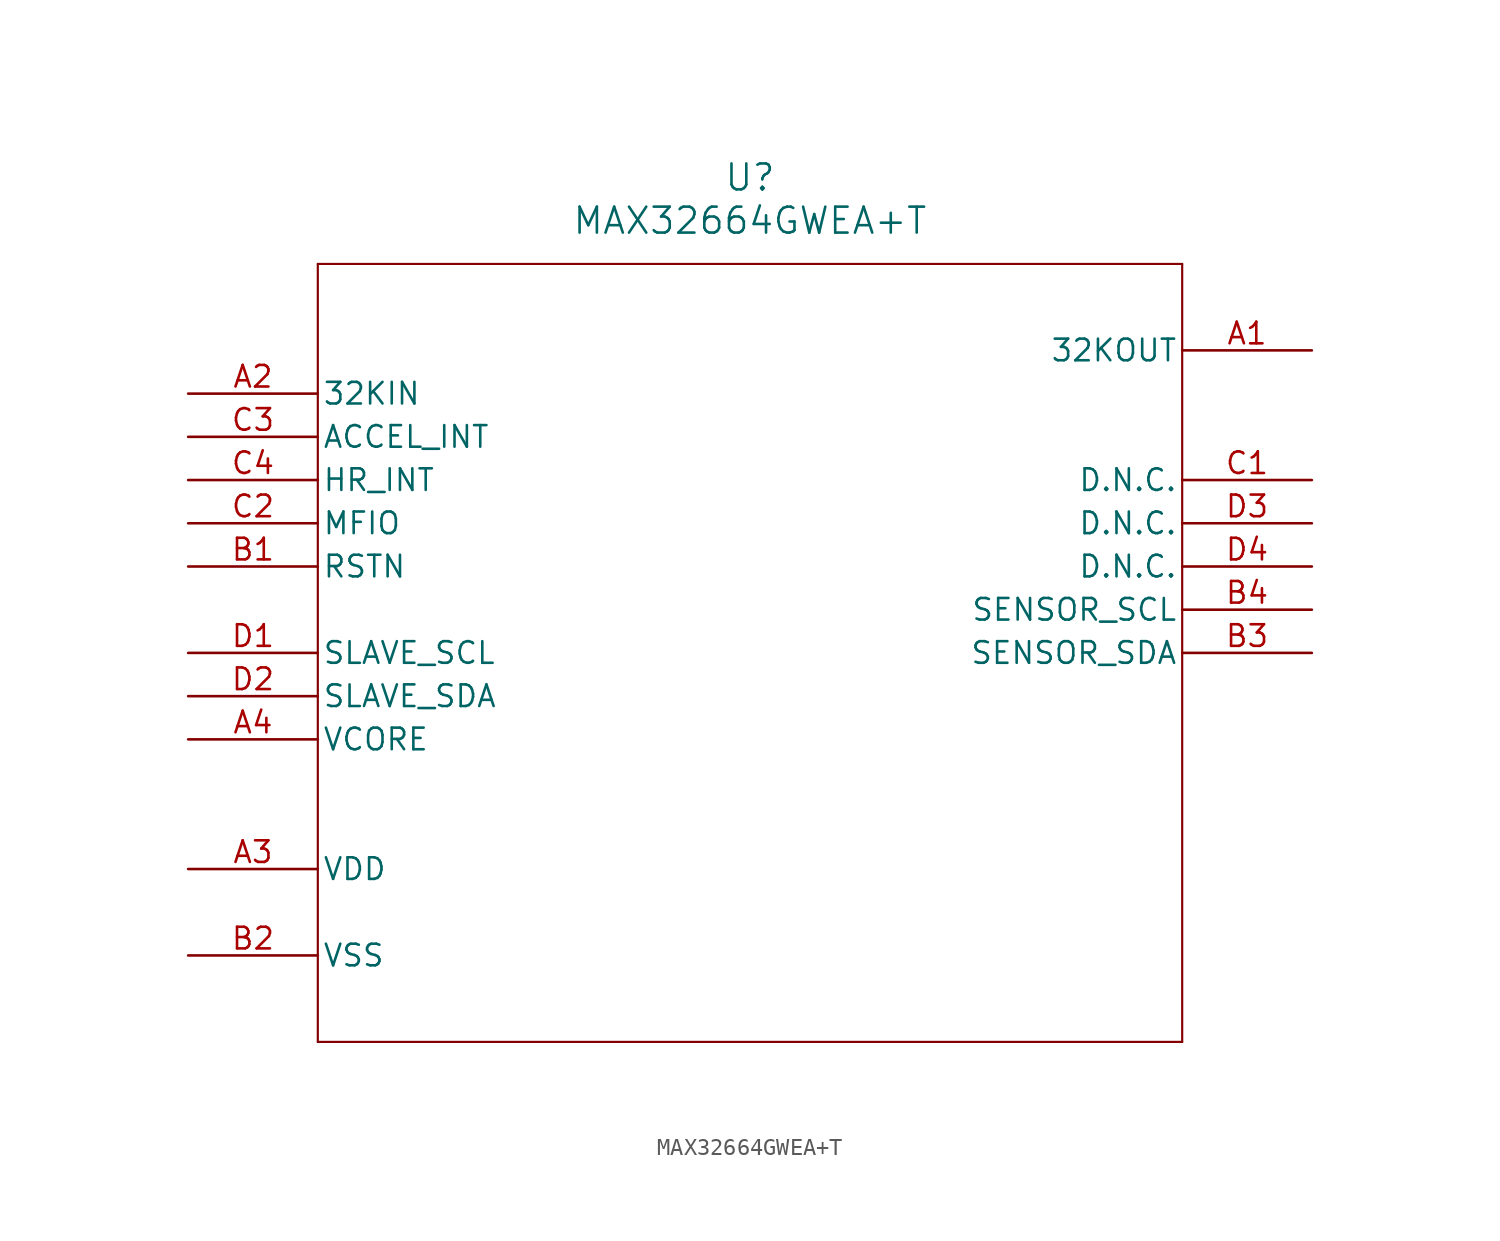
<source format=kicad_sym>
(kicad_symbol_lib
  (version 20211014)
  (generator kicad_symbol_editor)
  (symbol "MAX32664GWEA+T"
    (pin_names
      (offset 0.254))
    (property "Reference" "U"
      (at 33.02 12.7 0)
      (effects (font (size 1.524 1.524))))
    (property "Value" "MAX32664GWEA+T"
      (at 33.02 10.16 0)
      (effects (font (size 1.524 1.524))))
    (symbol "MAX32664GWEA+T_0_1"
      (polyline (pts (xy 7.62 7.62) (xy 7.62 -38.1)) (stroke (width 0.127) (type default) (color 0 0 0 0)) (fill (type none)))
      (polyline (pts (xy 7.62 -38.1) (xy 58.42 -38.1)) (stroke (width 0.127) (type default) (color 0 0 0 0)) (fill (type none)))
      (polyline (pts (xy 58.42 -38.1) (xy 58.42 7.62)) (stroke (width 0.127) (type default) (color 0 0 0 0)) (fill (type none)))
      (polyline (pts (xy 58.42 7.62) (xy 7.62 7.62)) (stroke (width 0.127) (type default) (color 0 0 0 0)) (fill (type none)))
      (pin output line (at 66.04 2.54 180) (length 7.62) (name "32KOUT" (effects (font (size 1.27 1.27)))) (number "A1" (effects (font (size 1.27 1.27)))))
      (pin bidirectional line (at 0 0 0) (length 7.62) (name "32KIN" (effects (font (size 1.27 1.27)))) (number "A2" (effects (font (size 1.27 1.27)))))
      (pin power_in line (at 0 -27.94 0) (length 7.62) (name "VDD" (effects (font (size 1.27 1.27)))) (number "A3" (effects (font (size 1.27 1.27)))))
      (pin unspecified line (at 0 -20.32 0) (length 7.62) (name "VCORE" (effects (font (size 1.27 1.27)))) (number "A4" (effects (font (size 1.27 1.27)))))
      (pin unspecified line (at 0 -10.16 0) (length 7.62) (name "RSTN" (effects (font (size 1.27 1.27)))) (number "B1" (effects (font (size 1.27 1.27)))))
      (pin power_out line (at 0 -33.02 0) (length 7.62) (name "VSS" (effects (font (size 1.27 1.27)))) (number "B2" (effects (font (size 1.27 1.27)))))
      (pin unspecified line (at 66.04 -15.24 180) (length 7.62) (name "SENSOR_SDA" (effects (font (size 1.27 1.27)))) (number "B3" (effects (font (size 1.27 1.27)))))
      (pin unspecified line (at 66.04 -12.7 180) (length 7.62) (name "SENSOR_SCL" (effects (font (size 1.27 1.27)))) (number "B4" (effects (font (size 1.27 1.27)))))
      (pin bidirectional line (at 66.04 -5.08 180) (length 7.62) (name "D.N.C." (effects (font (size 1.27 1.27)))) (number "C1" (effects (font (size 1.27 1.27)))))
      (pin unspecified line (at 0 -7.62 0) (length 7.62) (name "MFIO" (effects (font (size 1.27 1.27)))) (number "C2" (effects (font (size 1.27 1.27)))))
      (pin unspecified line (at 0 -2.54 0) (length 7.62) (name "ACCEL_INT" (effects (font (size 1.27 1.27)))) (number "C3" (effects (font (size 1.27 1.27)))))
      (pin unspecified line (at 0 -5.08 0) (length 7.62) (name "HR_INT" (effects (font (size 1.27 1.27)))) (number "C4" (effects (font (size 1.27 1.27)))))
      (pin unspecified line (at 0 -15.24 0) (length 7.62) (name "SLAVE_SCL" (effects (font (size 1.27 1.27)))) (number "D1" (effects (font (size 1.27 1.27)))))
      (pin unspecified line (at 0 -17.78 0) (length 7.62) (name "SLAVE_SDA" (effects (font (size 1.27 1.27)))) (number "D2" (effects (font (size 1.27 1.27)))))
      (pin bidirectional line (at 66.04 -7.62 180) (length 7.62) (name "D.N.C." (effects (font (size 1.27 1.27)))) (number "D3" (effects (font (size 1.27 1.27)))))
      (pin bidirectional line (at 66.04 -10.16 180) (length 7.62) (name "D.N.C." (effects (font (size 1.27 1.27)))) (number "D4" (effects (font (size 1.27 1.27))))))))
</source>
